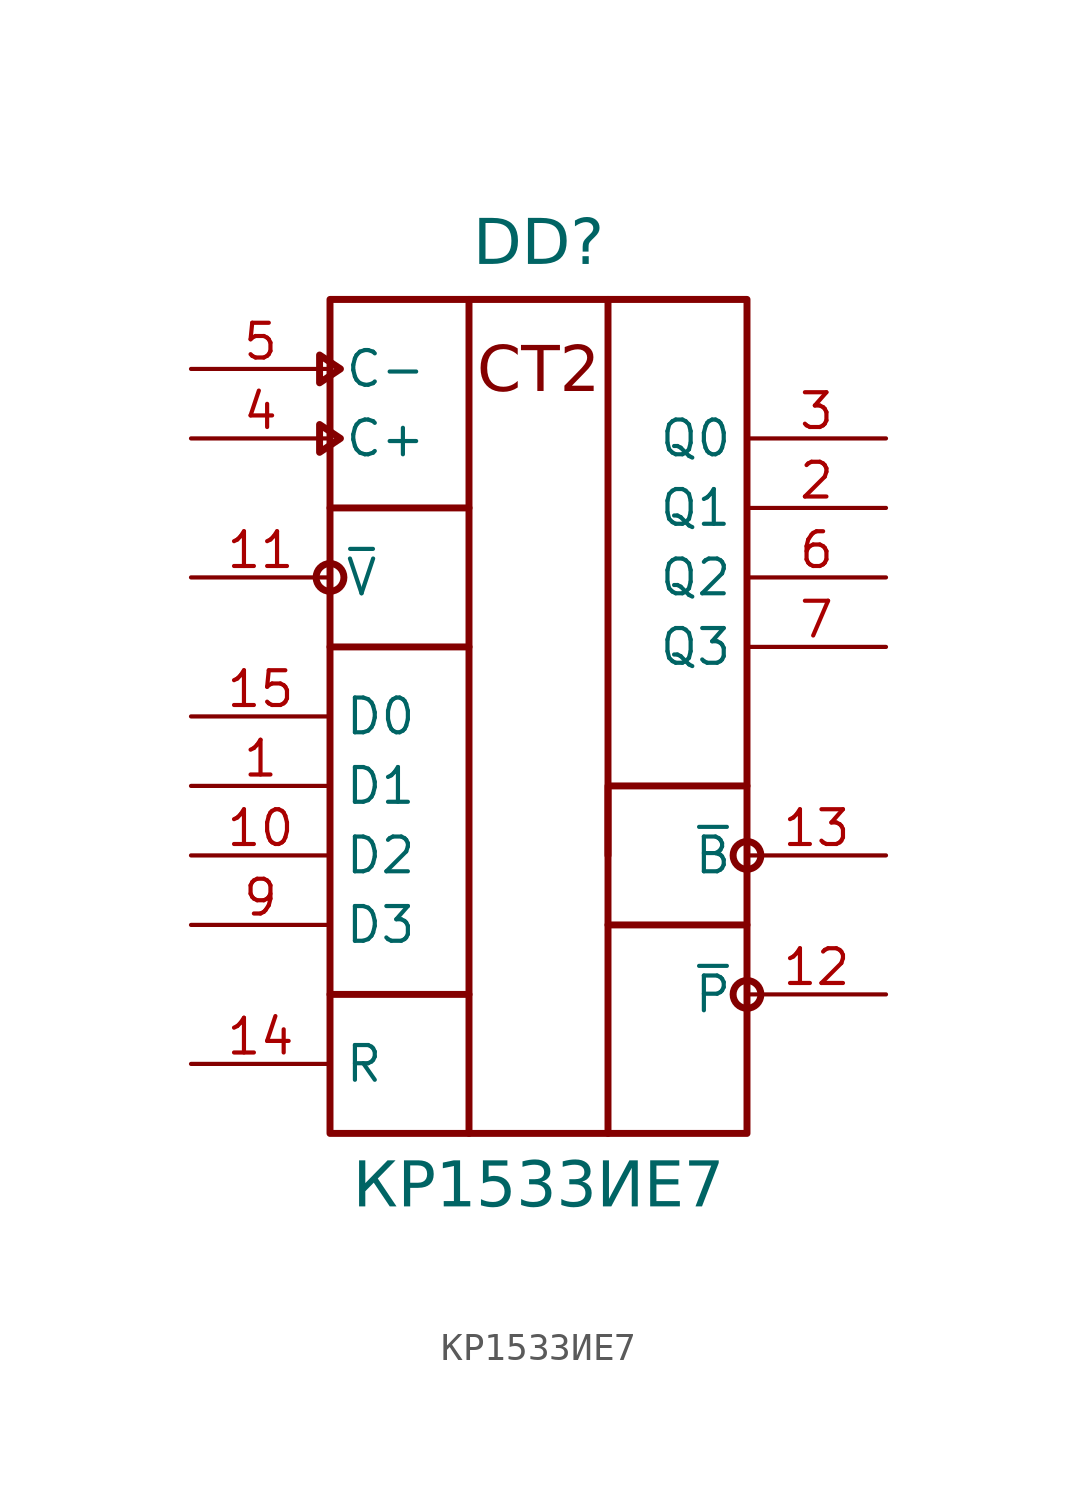
<source format=kicad_sym>
(kicad_symbol_lib
  (version 20241209)
  (generator "kicad_symbol_editor")
  (generator_version "9.0")
  (symbol "КР1533ИЕ7"
    (property "Reference" "DD"
      (at 12.7 3.556 0)
      (do_not_autoplace)
      (effects (font (face "Input Sans Condensed") (size 1.651 1.651)) (justify bottom)))
    (property "Value" "КР1533ИЕ7"
      (at 12.7 -28.956 0)
      (do_not_autoplace)
      (effects (font (face "Input Sans Condensed") (size 1.651 1.651)) (justify top)))
    (symbol "КР1533ИЕ7_0_0"
      (rectangle (start 5.08 2.54) (end 10.16 -27.94) (stroke (width 0.254) (type solid)) (fill (type none)))
      (polyline (pts (xy 5.08 -5.08) (xy 10.16 -5.08)) (stroke (width 0.254) (type solid)) (fill (type none)))
      (circle (center 5.08 -7.62) (radius 0.508) (stroke (width 0.254) (type solid)) (fill (type color) (color 255 255 255 1)))
      (polyline (pts (xy 5.08 -10.16) (xy 10.16 -10.16)) (stroke (width 0.254) (type solid)) (fill (type none)))
      (polyline (pts (xy 5.08 -22.86) (xy 10.16 -22.86)) (stroke (width 0.254) (type solid)) (fill (type none)))
      (polyline (pts (xy 10.16 2.54) (xy 15.24 2.54)) (stroke (width 0.254) (type solid)) (fill (type none)))
      (polyline (pts (xy 10.16 -27.94) (xy 15.24 -27.94)) (stroke (width 0.254) (type solid)) (fill (type none)))
      (rectangle (start 15.24 2.54) (end 20.32 -27.94) (stroke (width 0.254) (type solid)) (fill (type none)))
      (polyline (pts (xy 20.32 -15.24) (xy 15.24 -15.24) (xy 15.24 -17.78)) (stroke (width 0.254) (type solid)) (fill (type none)))
      (circle (center 20.32 -17.78) (radius 0.508) (stroke (width 0.254) (type solid)) (fill (type color) (color 255 255 255 1)))
      (polyline (pts (xy 20.32 -20.32) (xy 15.24 -20.32)) (stroke (width 0.254) (type solid)) (fill (type none)))
      (circle (center 20.32 -22.86) (radius 0.508) (stroke (width 0.254) (type solid)) (fill (type color) (color 255 255 255 1)))
      (pin input line (at 0 -12.7 0) (length 5.08) (name "D0" (effects (font (size 1.27 1.27)))) (number "15" (effects (font (size 1.27 1.27)))))
      (pin input line (at 0 -15.24 0) (length 5.08) (name "D1" (effects (font (size 1.27 1.27)))) (number "1" (effects (font (size 1.27 1.27)))))
      (pin input line (at 0 -17.78 0) (length 5.08) (name "D2" (effects (font (size 1.27 1.27)))) (number "10" (effects (font (size 1.27 1.27)))))
      (pin input line (at 0 -20.32 0) (length 5.08) (name "D3" (effects (font (size 1.27 1.27)))) (number "9" (effects (font (size 1.27 1.27)))))
      (pin input line (at 0 -25.4 0) (length 5.08) (name "R" (effects (font (size 1.27 1.27)))) (number "14" (effects (font (size 1.27 1.27)))))
      (pin output line (at 25.4 -2.54 180) (length 5.08) (name "Q0" (effects (font (size 1.27 1.27)))) (number "3" (effects (font (size 1.27 1.27)))))
      (pin output line (at 25.4 -5.08 180) (length 5.08) (name "Q1" (effects (font (size 1.27 1.27)))) (number "2" (effects (font (size 1.27 1.27)))))
      (pin output line (at 25.4 -7.62 180) (length 5.08) (name "Q2" (effects (font (size 1.27 1.27)))) (number "6" (effects (font (size 1.27 1.27)))))
      (pin output line (at 25.4 -10.16 180) (length 5.08) (name "Q3" (effects (font (size 1.27 1.27)))) (number "7" (effects (font (size 1.27 1.27))))))
    (symbol "КР1533ИЕ7_0_1"
      (polyline (pts (xy 4.699 0.508) (xy 4.699 -0.508) (xy 5.461 0) (xy 4.699 0.508)) (stroke (width 0.254) (type default)) (fill (type color) (color 255 255 255 1)))
      (polyline (pts (xy 4.699 -2.032) (xy 4.699 -3.048) (xy 5.461 -2.54) (xy 4.699 -2.032)) (stroke (width 0.254) (type default)) (fill (type none))))
    (symbol "КР1533ИЕ7_1_0"
      (pin input line (at 0 0 0) (length 5.08) (name "C-" (effects (font (size 1.27 1.27)))) (number "5" (effects (font (size 1.27 1.27)))))
      (pin input line (at 0 -2.54 0) (length 5.08) (name "C+" (effects (font (size 1.27 1.27)))) (number "4" (effects (font (size 1.27 1.27)))))
      (pin input line (at 0 -7.62 0) (length 5.08) (name "~{V}" (effects (font (size 1.27 1.27)))) (number "11" (effects (font (size 1.27 1.27)))))
      (pin power_in line (at 11.43 -30.48 90) (length 2.54) (hide yes) (name "GND" (effects (font (size 0.025 0.025)))) (number "8" (effects (font (size 1.27 1.27)))))
      (pin power_in line (at 13.97 -30.48 90) (length 2.54) (hide yes) (name "VCC" (effects (font (size 0.025 0.025)))) (number "16" (effects (font (size 1.27 1.27)))))
      (pin output line (at 25.4 -17.78 180) (length 5.08) (name "~{B}" (effects (font (size 1.27 1.27)))) (number "13" (effects (font (size 1.27 1.27)))))
      (pin output line (at 25.4 -22.86 180) (length 5.08) (name "~{P}" (effects (font (size 1.27 1.27)))) (number "12" (effects (font (size 1.27 1.27))))))
    (symbol "КР1533ИЕ7_1_1"
      (text "CT2" (at 12.7 0.845 0) (effects (font (face "Input Sans Condensed") (size 1.651 1.651)) (justify top))))))
</source>
